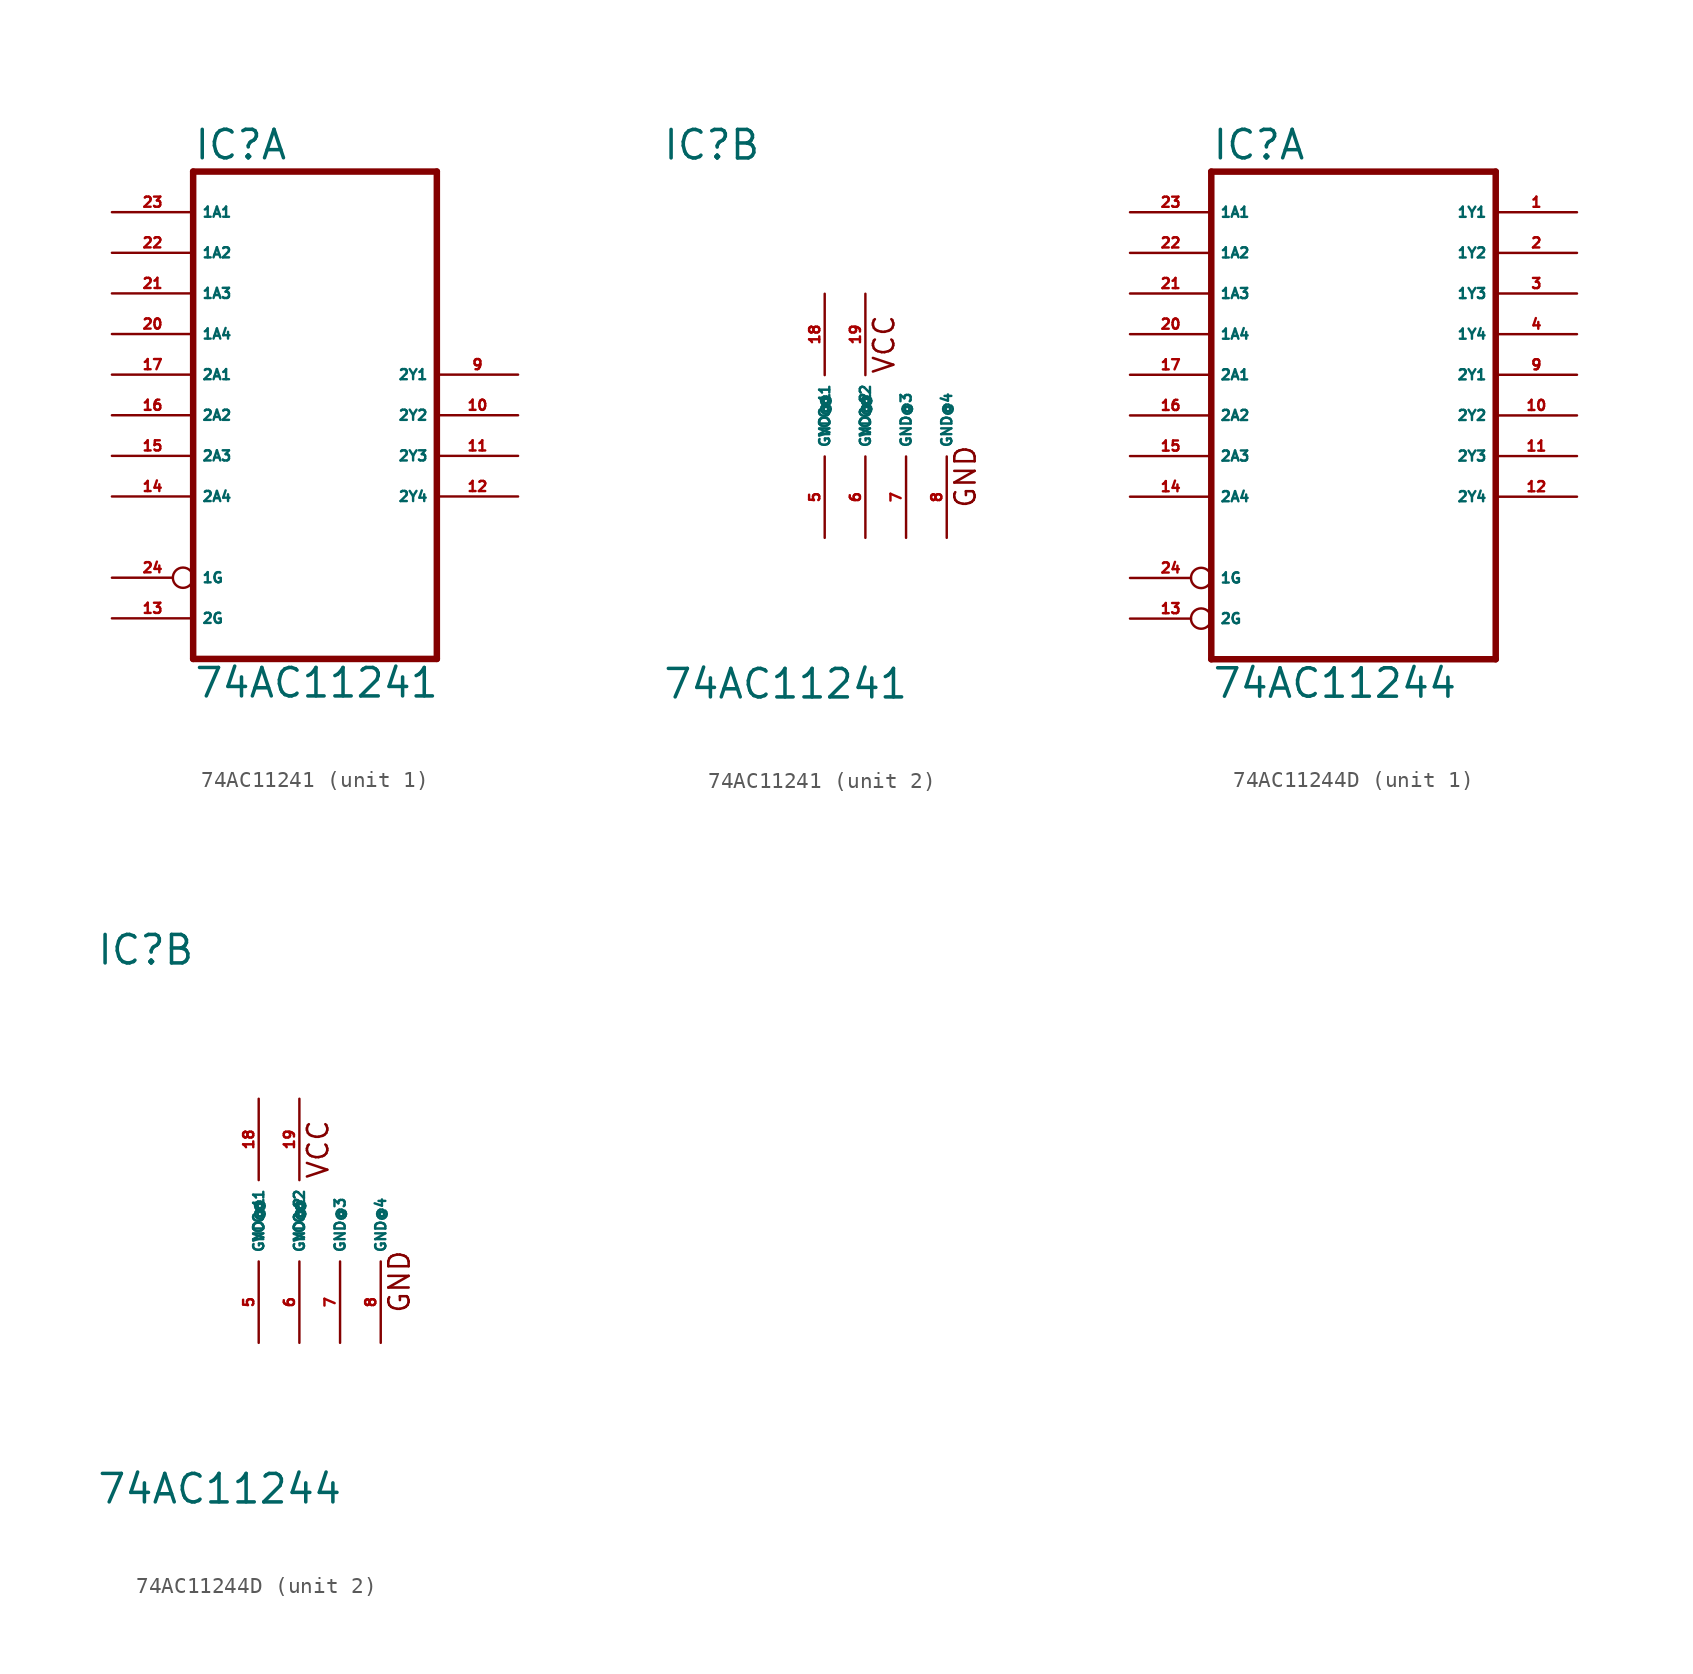
<source format=kicad_sym>
(kicad_symbol_lib
  (version 20220914)
  (generator Eagle2Kicad)
  (symbol "74AC11241"
    (property "Reference" "IC"
      (at -10.16 15.875 0)
      (effects (font (size 1.778 1.778) (thickness 0.22)) (justify left bottom)))
    (property "Value" "74AC11241"
      (at -10.16 -17.78 0)
      (effects (font (size 1.778 1.778) (thickness 0.22)) (justify left bottom)))
    (symbol "74AC11241_1_0"
      (polyline (pts (xy -10.16 -15.24) (xy 5.08 -15.24)) (stroke (width 0.406) (type default)) (fill (type none)))
      (polyline (pts (xy 5.08 -15.24) (xy 5.08 15.24)) (stroke (width 0.406) (type default)) (fill (type none)))
      (polyline (pts (xy 5.08 15.24) (xy -10.16 15.24)) (stroke (width 0.406) (type default)) (fill (type none)))
      (polyline (pts (xy -10.16 15.24) (xy -10.16 -15.24)) (stroke (width 0.406) (type default)) (fill (type none)))
      (pin tri_state line (at 10.16 2.54 180) (length 5.08) (name "2Y1" (effects (font (size 0.635 0.635) (thickness 0.08)) (justify left bottom))) (number "9" (effects (font (size 0.635 0.635) (thickness 0.08)) (justify left bottom))))
      (pin tri_state line (at 10.16 0 180) (length 5.08) (name "2Y2" (effects (font (size 0.635 0.635) (thickness 0.08)) (justify left bottom))) (number "10" (effects (font (size 0.635 0.635) (thickness 0.08)) (justify left bottom))))
      (pin tri_state line (at 10.16 -2.54 180) (length 5.08) (name "2Y3" (effects (font (size 0.635 0.635) (thickness 0.08)) (justify left bottom))) (number "11" (effects (font (size 0.635 0.635) (thickness 0.08)) (justify left bottom))))
      (pin tri_state line (at 10.16 -5.08 180) (length 5.08) (name "2Y4" (effects (font (size 0.635 0.635) (thickness 0.08)) (justify left bottom))) (number "12" (effects (font (size 0.635 0.635) (thickness 0.08)) (justify left bottom))))
      (pin input line (at -15.24 -12.7 0) (length 5.08) (name "2G" (effects (font (size 0.635 0.635) (thickness 0.08)) (justify left bottom))) (number "13" (effects (font (size 0.635 0.635) (thickness 0.08)) (justify left bottom))))
      (pin input line (at -15.24 -5.08 0) (length 5.08) (name "2A4" (effects (font (size 0.635 0.635) (thickness 0.08)) (justify left bottom))) (number "14" (effects (font (size 0.635 0.635) (thickness 0.08)) (justify left bottom))))
      (pin input line (at -15.24 -2.54 0) (length 5.08) (name "2A3" (effects (font (size 0.635 0.635) (thickness 0.08)) (justify left bottom))) (number "15" (effects (font (size 0.635 0.635) (thickness 0.08)) (justify left bottom))))
      (pin input line (at -15.24 0 0) (length 5.08) (name "2A2" (effects (font (size 0.635 0.635) (thickness 0.08)) (justify left bottom))) (number "16" (effects (font (size 0.635 0.635) (thickness 0.08)) (justify left bottom))))
      (pin input line (at -15.24 2.54 0) (length 5.08) (name "2A1" (effects (font (size 0.635 0.635) (thickness 0.08)) (justify left bottom))) (number "17" (effects (font (size 0.635 0.635) (thickness 0.08)) (justify left bottom))))
      (pin input line (at -15.24 5.08 0) (length 5.08) (name "1A4" (effects (font (size 0.635 0.635) (thickness 0.08)) (justify left bottom))) (number "20" (effects (font (size 0.635 0.635) (thickness 0.08)) (justify left bottom))))
      (pin input line (at -15.24 7.62 0) (length 5.08) (name "1A3" (effects (font (size 0.635 0.635) (thickness 0.08)) (justify left bottom))) (number "21" (effects (font (size 0.635 0.635) (thickness 0.08)) (justify left bottom))))
      (pin input line (at -15.24 10.16 0) (length 5.08) (name "1A2" (effects (font (size 0.635 0.635) (thickness 0.08)) (justify left bottom))) (number "22" (effects (font (size 0.635 0.635) (thickness 0.08)) (justify left bottom))))
      (pin input line (at -15.24 12.7 0) (length 5.08) (name "1A1" (effects (font (size 0.635 0.635) (thickness 0.08)) (justify left bottom))) (number "23" (effects (font (size 0.635 0.635) (thickness 0.08)) (justify left bottom))))
      (pin input inverted (at -15.24 -10.16 0) (length 5.08) (name "1G" (effects (font (size 0.635 0.635) (thickness 0.08)) (justify left bottom))) (number "24" (effects (font (size 0.635 0.635) (thickness 0.08)) (justify left bottom)))))
    (symbol "74AC11241_2_0"
      (text "VCC" (at 4.445 2.54 900) (effects (font (size 1.27 1.27) (thickness 0.16)) (justify left bottom)))
      (text "GND" (at 9.525 -5.842 900) (effects (font (size 1.27 1.27) (thickness 0.16)) (justify left bottom)))
      (pin unspecified line (at 0 -7.62 90) (length 5.08) (name "GND@1" (effects (font (size 0.635 0.635) (thickness 0.08)) (justify left bottom))) (number "5" (effects (font (size 0.635 0.635) (thickness 0.08)) (justify left bottom))))
      (pin unspecified line (at 2.54 -7.62 90) (length 5.08) (name "GND@2" (effects (font (size 0.635 0.635) (thickness 0.08)) (justify left bottom))) (number "6" (effects (font (size 0.635 0.635) (thickness 0.08)) (justify left bottom))))
      (pin unspecified line (at 5.08 -7.62 90) (length 5.08) (name "GND@3" (effects (font (size 0.635 0.635) (thickness 0.08)) (justify left bottom))) (number "7" (effects (font (size 0.635 0.635) (thickness 0.08)) (justify left bottom))))
      (pin unspecified line (at 7.62 -7.62 90) (length 5.08) (name "GND@4" (effects (font (size 0.635 0.635) (thickness 0.08)) (justify left bottom))) (number "8" (effects (font (size 0.635 0.635) (thickness 0.08)) (justify left bottom))))
      (pin unspecified line (at 0 7.62 270) (length 5.08) (name "VCC@1" (effects (font (size 0.635 0.635) (thickness 0.08)) (justify left bottom))) (number "18" (effects (font (size 0.635 0.635) (thickness 0.08)) (justify left bottom))))
      (pin unspecified line (at 2.54 7.62 270) (length 5.08) (name "VCC@2" (effects (font (size 0.635 0.635) (thickness 0.08)) (justify left bottom))) (number "19" (effects (font (size 0.635 0.635) (thickness 0.08)) (justify left bottom))))))
  (symbol "74AC11244D"
    (property "Reference" "IC"
      (at -10.16 15.875 0)
      (effects (font (size 1.778 1.778) (thickness 0.22)) (justify left bottom)))
    (property "Value" "74AC11244"
      (at -10.16 -17.78 0)
      (effects (font (size 1.778 1.778) (thickness 0.22)) (justify left bottom)))
    (symbol "74AC11244D_1_0"
      (polyline (pts (xy -10.16 -15.24) (xy 7.62 -15.24)) (stroke (width 0.406) (type default)) (fill (type none)))
      (polyline (pts (xy 7.62 -15.24) (xy 7.62 15.24)) (stroke (width 0.406) (type default)) (fill (type none)))
      (polyline (pts (xy 7.62 15.24) (xy -10.16 15.24)) (stroke (width 0.406) (type default)) (fill (type none)))
      (polyline (pts (xy -10.16 15.24) (xy -10.16 -15.24)) (stroke (width 0.406) (type default)) (fill (type none)))
      (pin tri_state line (at 12.7 12.7 180) (length 5.08) (name "1Y1" (effects (font (size 0.635 0.635) (thickness 0.08)) (justify left bottom))) (number "1" (effects (font (size 0.635 0.635) (thickness 0.08)) (justify left bottom))))
      (pin tri_state line (at 12.7 10.16 180) (length 5.08) (name "1Y2" (effects (font (size 0.635 0.635) (thickness 0.08)) (justify left bottom))) (number "2" (effects (font (size 0.635 0.635) (thickness 0.08)) (justify left bottom))))
      (pin tri_state line (at 12.7 7.62 180) (length 5.08) (name "1Y3" (effects (font (size 0.635 0.635) (thickness 0.08)) (justify left bottom))) (number "3" (effects (font (size 0.635 0.635) (thickness 0.08)) (justify left bottom))))
      (pin tri_state line (at 12.7 5.08 180) (length 5.08) (name "1Y4" (effects (font (size 0.635 0.635) (thickness 0.08)) (justify left bottom))) (number "4" (effects (font (size 0.635 0.635) (thickness 0.08)) (justify left bottom))))
      (pin tri_state line (at 12.7 2.54 180) (length 5.08) (name "2Y1" (effects (font (size 0.635 0.635) (thickness 0.08)) (justify left bottom))) (number "9" (effects (font (size 0.635 0.635) (thickness 0.08)) (justify left bottom))))
      (pin tri_state line (at 12.7 0 180) (length 5.08) (name "2Y2" (effects (font (size 0.635 0.635) (thickness 0.08)) (justify left bottom))) (number "10" (effects (font (size 0.635 0.635) (thickness 0.08)) (justify left bottom))))
      (pin tri_state line (at 12.7 -2.54 180) (length 5.08) (name "2Y3" (effects (font (size 0.635 0.635) (thickness 0.08)) (justify left bottom))) (number "11" (effects (font (size 0.635 0.635) (thickness 0.08)) (justify left bottom))))
      (pin tri_state line (at 12.7 -5.08 180) (length 5.08) (name "2Y4" (effects (font (size 0.635 0.635) (thickness 0.08)) (justify left bottom))) (number "12" (effects (font (size 0.635 0.635) (thickness 0.08)) (justify left bottom))))
      (pin input inverted (at -15.24 -12.7 0) (length 5.08) (name "2G" (effects (font (size 0.635 0.635) (thickness 0.08)) (justify left bottom))) (number "13" (effects (font (size 0.635 0.635) (thickness 0.08)) (justify left bottom))))
      (pin input line (at -15.24 -5.08 0) (length 5.08) (name "2A4" (effects (font (size 0.635 0.635) (thickness 0.08)) (justify left bottom))) (number "14" (effects (font (size 0.635 0.635) (thickness 0.08)) (justify left bottom))))
      (pin input line (at -15.24 -2.54 0) (length 5.08) (name "2A3" (effects (font (size 0.635 0.635) (thickness 0.08)) (justify left bottom))) (number "15" (effects (font (size 0.635 0.635) (thickness 0.08)) (justify left bottom))))
      (pin input line (at -15.24 0 0) (length 5.08) (name "2A2" (effects (font (size 0.635 0.635) (thickness 0.08)) (justify left bottom))) (number "16" (effects (font (size 0.635 0.635) (thickness 0.08)) (justify left bottom))))
      (pin input line (at -15.24 2.54 0) (length 5.08) (name "2A1" (effects (font (size 0.635 0.635) (thickness 0.08)) (justify left bottom))) (number "17" (effects (font (size 0.635 0.635) (thickness 0.08)) (justify left bottom))))
      (pin input line (at -15.24 5.08 0) (length 5.08) (name "1A4" (effects (font (size 0.635 0.635) (thickness 0.08)) (justify left bottom))) (number "20" (effects (font (size 0.635 0.635) (thickness 0.08)) (justify left bottom))))
      (pin input line (at -15.24 7.62 0) (length 5.08) (name "1A3" (effects (font (size 0.635 0.635) (thickness 0.08)) (justify left bottom))) (number "21" (effects (font (size 0.635 0.635) (thickness 0.08)) (justify left bottom))))
      (pin input line (at -15.24 10.16 0) (length 5.08) (name "1A2" (effects (font (size 0.635 0.635) (thickness 0.08)) (justify left bottom))) (number "22" (effects (font (size 0.635 0.635) (thickness 0.08)) (justify left bottom))))
      (pin input line (at -15.24 12.7 0) (length 5.08) (name "1A1" (effects (font (size 0.635 0.635) (thickness 0.08)) (justify left bottom))) (number "23" (effects (font (size 0.635 0.635) (thickness 0.08)) (justify left bottom))))
      (pin input inverted (at -15.24 -10.16 0) (length 5.08) (name "1G" (effects (font (size 0.635 0.635) (thickness 0.08)) (justify left bottom))) (number "24" (effects (font (size 0.635 0.635) (thickness 0.08)) (justify left bottom)))))
    (symbol "74AC11244D_2_0"
      (text "VCC" (at 4.445 2.54 900) (effects (font (size 1.27 1.27) (thickness 0.16)) (justify left bottom)))
      (text "GND" (at 9.525 -5.842 900) (effects (font (size 1.27 1.27) (thickness 0.16)) (justify left bottom)))
      (pin unspecified line (at 0 -7.62 90) (length 5.08) (name "GND@1" (effects (font (size 0.635 0.635) (thickness 0.08)) (justify left bottom))) (number "5" (effects (font (size 0.635 0.635) (thickness 0.08)) (justify left bottom))))
      (pin unspecified line (at 2.54 -7.62 90) (length 5.08) (name "GND@2" (effects (font (size 0.635 0.635) (thickness 0.08)) (justify left bottom))) (number "6" (effects (font (size 0.635 0.635) (thickness 0.08)) (justify left bottom))))
      (pin unspecified line (at 5.08 -7.62 90) (length 5.08) (name "GND@3" (effects (font (size 0.635 0.635) (thickness 0.08)) (justify left bottom))) (number "7" (effects (font (size 0.635 0.635) (thickness 0.08)) (justify left bottom))))
      (pin unspecified line (at 7.62 -7.62 90) (length 5.08) (name "GND@4" (effects (font (size 0.635 0.635) (thickness 0.08)) (justify left bottom))) (number "8" (effects (font (size 0.635 0.635) (thickness 0.08)) (justify left bottom))))
      (pin unspecified line (at 0 7.62 270) (length 5.08) (name "VCC@1" (effects (font (size 0.635 0.635) (thickness 0.08)) (justify left bottom))) (number "18" (effects (font (size 0.635 0.635) (thickness 0.08)) (justify left bottom))))
      (pin unspecified line (at 2.54 7.62 270) (length 5.08) (name "VCC@2" (effects (font (size 0.635 0.635) (thickness 0.08)) (justify left bottom))) (number "19" (effects (font (size 0.635 0.635) (thickness 0.08)) (justify left bottom)))))))
</source>
